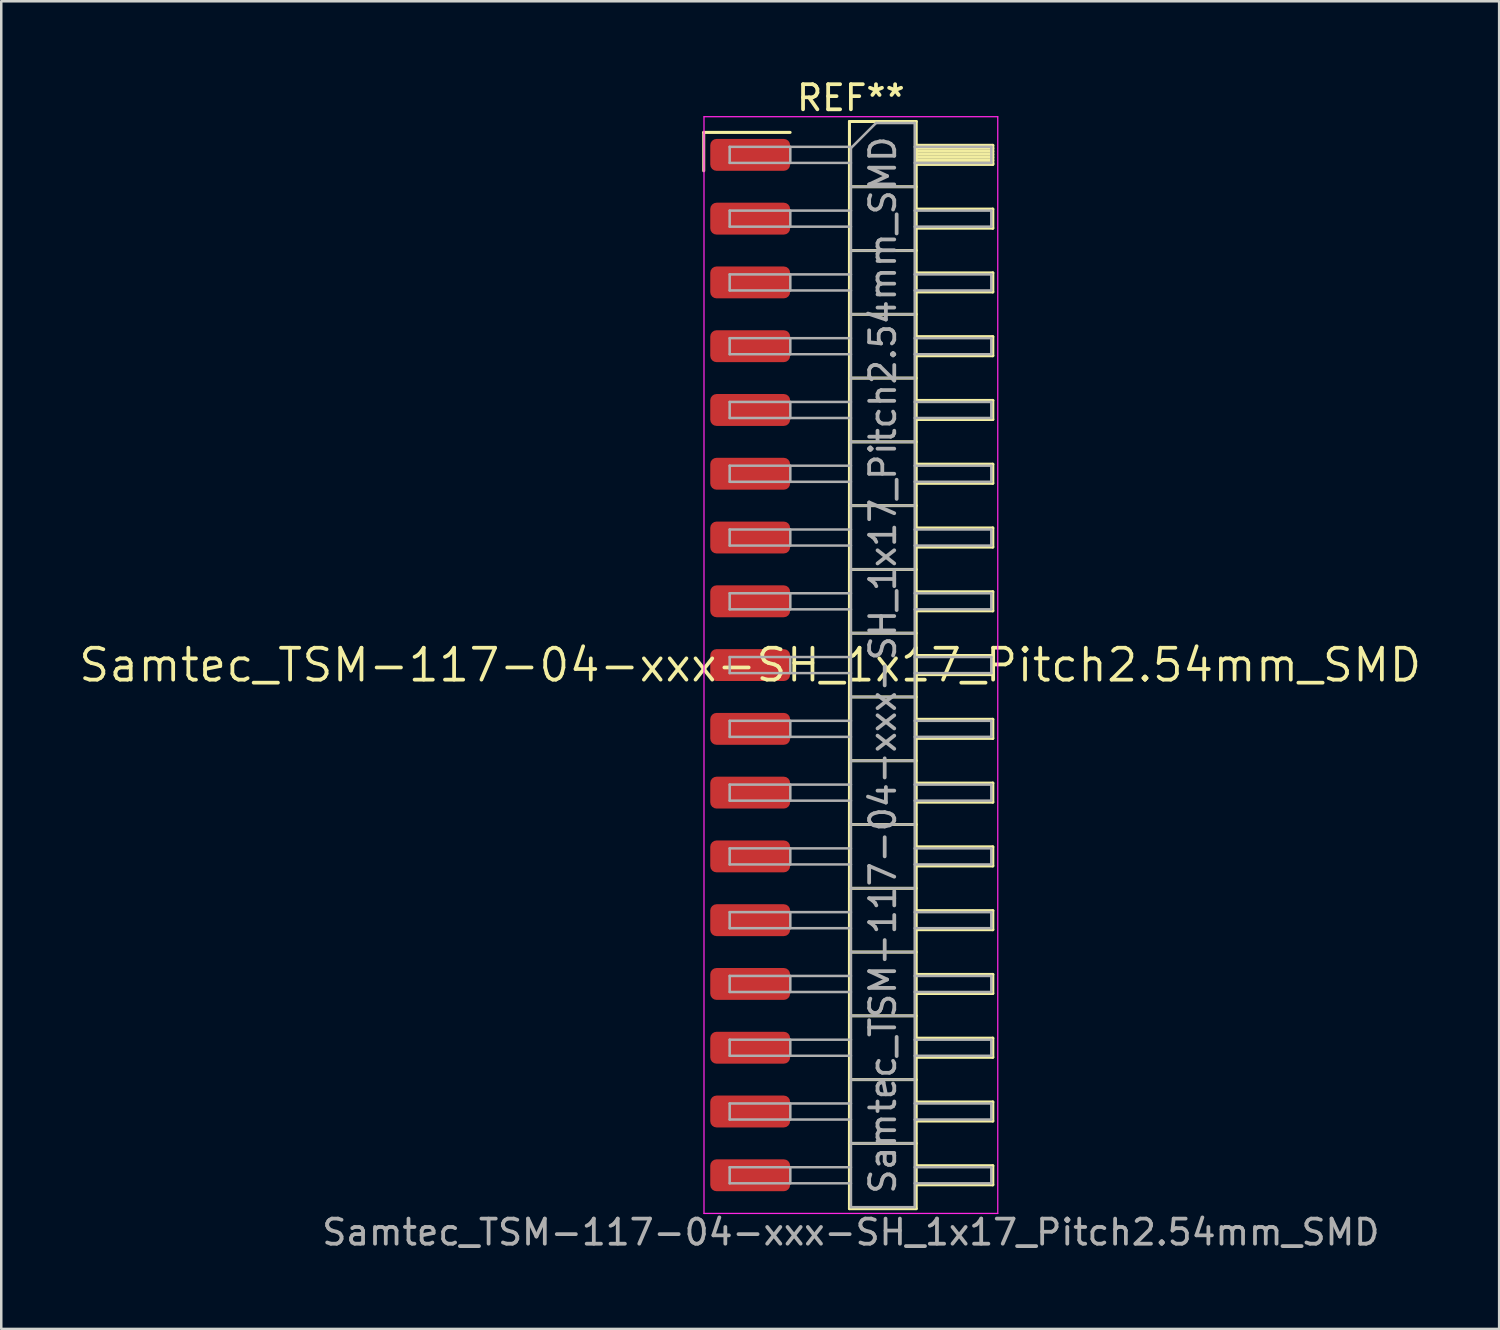
<source format=kicad_pcb>
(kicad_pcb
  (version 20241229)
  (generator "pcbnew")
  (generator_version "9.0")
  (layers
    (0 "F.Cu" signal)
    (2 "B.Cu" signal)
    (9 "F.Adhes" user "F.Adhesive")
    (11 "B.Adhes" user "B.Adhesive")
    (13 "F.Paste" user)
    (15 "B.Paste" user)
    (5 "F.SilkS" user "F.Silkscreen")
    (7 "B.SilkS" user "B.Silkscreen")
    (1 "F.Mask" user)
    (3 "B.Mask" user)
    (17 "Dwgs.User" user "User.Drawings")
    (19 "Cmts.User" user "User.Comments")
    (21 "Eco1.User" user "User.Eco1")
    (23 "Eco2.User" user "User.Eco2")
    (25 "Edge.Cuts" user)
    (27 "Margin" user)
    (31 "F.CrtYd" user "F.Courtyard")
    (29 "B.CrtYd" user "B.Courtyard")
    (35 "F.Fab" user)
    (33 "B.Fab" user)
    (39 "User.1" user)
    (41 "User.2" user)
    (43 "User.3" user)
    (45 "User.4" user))
  (footprint "Samtec_TSM-117-04-xxx-SH_1x17_Pitch2.54mm_SMD"
    (layer "F.Cu")
    (at 26.828 23.438)
    (property "Reference" "Samtec_TSM-117-04-xxx-SH_1x17_Pitch2.54mm_SMD" (at 0 0 0) (layer "F.SilkS") (effects (font (size 1.27 1.27) (thickness 0.15))))
    (attr smd)
    (fp_line (start -1.85 -21.215) (end 1.59 -21.215) (stroke (width 0.12) (type solid)) (layer "F.SilkS"))
    (fp_line (start -1.85 -19.685) (end -1.85 -21.215) (stroke (width 0.12) (type solid)) (layer "F.SilkS"))
    (fp_line (start 3.953 -21.65) (end 6.613 -21.65) (stroke (width 0.12) (type solid)) (layer "F.SilkS"))
    (fp_line (start 3.953 -19.05) (end 6.613 -19.05) (stroke (width 0.12) (type solid)) (layer "F.SilkS"))
    (fp_line (start 3.953 -16.51) (end 6.613 -16.51) (stroke (width 0.12) (type solid)) (layer "F.SilkS"))
    (fp_line (start 3.953 -13.97) (end 6.613 -13.97) (stroke (width 0.12) (type solid)) (layer "F.SilkS"))
    (fp_line (start 3.953 -11.43) (end 6.613 -11.43) (stroke (width 0.12) (type solid)) (layer "F.SilkS"))
    (fp_line (start 3.953 -8.89) (end 6.613 -8.89) (stroke (width 0.12) (type solid)) (layer "F.SilkS"))
    (fp_line (start 3.953 -6.35) (end 6.613 -6.35) (stroke (width 0.12) (type solid)) (layer "F.SilkS"))
    (fp_line (start 3.953 -3.81) (end 6.613 -3.81) (stroke (width 0.12) (type solid)) (layer "F.SilkS"))
    (fp_line (start 3.953 -1.27) (end 6.613 -1.27) (stroke (width 0.12) (type solid)) (layer "F.SilkS"))
    (fp_line (start 3.953 1.27) (end 6.613 1.27) (stroke (width 0.12) (type solid)) (layer "F.SilkS"))
    (fp_line (start 3.953 3.81) (end 6.613 3.81) (stroke (width 0.12) (type solid)) (layer "F.SilkS"))
    (fp_line (start 3.953 6.35) (end 6.613 6.35) (stroke (width 0.12) (type solid)) (layer "F.SilkS"))
    (fp_line (start 3.953 8.89) (end 6.613 8.89) (stroke (width 0.12) (type solid)) (layer "F.SilkS"))
    (fp_line (start 3.953 11.43) (end 6.613 11.43) (stroke (width 0.12) (type solid)) (layer "F.SilkS"))
    (fp_line (start 3.953 13.97) (end 6.613 13.97) (stroke (width 0.12) (type solid)) (layer "F.SilkS"))
    (fp_line (start 3.953 16.51) (end 6.613 16.51) (stroke (width 0.12) (type solid)) (layer "F.SilkS"))
    (fp_line (start 3.953 19.05) (end 6.613 19.05) (stroke (width 0.12) (type solid)) (layer "F.SilkS"))
    (fp_line (start 3.953 21.65) (end 3.953 -21.65) (stroke (width 0.12) (type solid)) (layer "F.SilkS"))
    (fp_line (start 6.613 -21.65) (end 6.613 21.65) (stroke (width 0.12) (type solid)) (layer "F.SilkS"))
    (fp_line (start 6.613 -20.7) (end 9.663 -20.7) (stroke (width 0.12) (type solid)) (layer "F.SilkS"))
    (fp_line (start 6.613 -20.58) (end 9.663 -20.58) (stroke (width 0.12) (type solid)) (layer "F.SilkS"))
    (fp_line (start 6.613 -20.46) (end 9.663 -20.46) (stroke (width 0.12) (type solid)) (layer "F.SilkS"))
    (fp_line (start 6.613 -20.34) (end 9.663 -20.34) (stroke (width 0.12) (type solid)) (layer "F.SilkS"))
    (fp_line (start 6.613 -20.22) (end 9.663 -20.22) (stroke (width 0.12) (type solid)) (layer "F.SilkS"))
    (fp_line (start 6.613 -20.1) (end 9.663 -20.1) (stroke (width 0.12) (type solid)) (layer "F.SilkS"))
    (fp_line (start 6.613 -19.98) (end 9.663 -19.98) (stroke (width 0.12) (type solid)) (layer "F.SilkS"))
    (fp_line (start 6.613 -19.94) (end 9.663 -19.94) (stroke (width 0.12) (type solid)) (layer "F.SilkS"))
    (fp_line (start 6.613 -18.16) (end 9.663 -18.16) (stroke (width 0.12) (type solid)) (layer "F.SilkS"))
    (fp_line (start 6.613 -17.4) (end 9.663 -17.4) (stroke (width 0.12) (type solid)) (layer "F.SilkS"))
    (fp_line (start 6.613 -15.62) (end 9.663 -15.62) (stroke (width 0.12) (type solid)) (layer "F.SilkS"))
    (fp_line (start 6.613 -14.86) (end 9.663 -14.86) (stroke (width 0.12) (type solid)) (layer "F.SilkS"))
    (fp_line (start 6.613 -13.08) (end 9.663 -13.08) (stroke (width 0.12) (type solid)) (layer "F.SilkS"))
    (fp_line (start 6.613 -12.32) (end 9.663 -12.32) (stroke (width 0.12) (type solid)) (layer "F.SilkS"))
    (fp_line (start 6.613 -10.54) (end 9.663 -10.54) (stroke (width 0.12) (type solid)) (layer "F.SilkS"))
    (fp_line (start 6.613 -9.78) (end 9.663 -9.78) (stroke (width 0.12) (type solid)) (layer "F.SilkS"))
    (fp_line (start 6.613 -8) (end 9.663 -8) (stroke (width 0.12) (type solid)) (layer "F.SilkS"))
    (fp_line (start 6.613 -7.24) (end 9.663 -7.24) (stroke (width 0.12) (type solid)) (layer "F.SilkS"))
    (fp_line (start 6.613 -5.46) (end 9.663 -5.46) (stroke (width 0.12) (type solid)) (layer "F.SilkS"))
    (fp_line (start 6.613 -4.7) (end 9.663 -4.7) (stroke (width 0.12) (type solid)) (layer "F.SilkS"))
    (fp_line (start 6.613 -2.92) (end 9.663 -2.92) (stroke (width 0.12) (type solid)) (layer "F.SilkS"))
    (fp_line (start 6.613 -2.16) (end 9.663 -2.16) (stroke (width 0.12) (type solid)) (layer "F.SilkS"))
    (fp_line (start 6.613 -0.38) (end 9.663 -0.38) (stroke (width 0.12) (type solid)) (layer "F.SilkS"))
    (fp_line (start 6.613 0.38) (end 9.663 0.38) (stroke (width 0.12) (type solid)) (layer "F.SilkS"))
    (fp_line (start 6.613 2.16) (end 9.663 2.16) (stroke (width 0.12) (type solid)) (layer "F.SilkS"))
    (fp_line (start 6.613 2.92) (end 9.663 2.92) (stroke (width 0.12) (type solid)) (layer "F.SilkS"))
    (fp_line (start 6.613 4.7) (end 9.663 4.7) (stroke (width 0.12) (type solid)) (layer "F.SilkS"))
    (fp_line (start 6.613 5.46) (end 9.663 5.46) (stroke (width 0.12) (type solid)) (layer "F.SilkS"))
    (fp_line (start 6.613 7.24) (end 9.663 7.24) (stroke (width 0.12) (type solid)) (layer "F.SilkS"))
    (fp_line (start 6.613 8) (end 9.663 8) (stroke (width 0.12) (type solid)) (layer "F.SilkS"))
    (fp_line (start 6.613 9.78) (end 9.663 9.78) (stroke (width 0.12) (type solid)) (layer "F.SilkS"))
    (fp_line (start 6.613 10.54) (end 9.663 10.54) (stroke (width 0.12) (type solid)) (layer "F.SilkS"))
    (fp_line (start 6.613 12.32) (end 9.663 12.32) (stroke (width 0.12) (type solid)) (layer "F.SilkS"))
    (fp_line (start 6.613 13.08) (end 9.663 13.08) (stroke (width 0.12) (type solid)) (layer "F.SilkS"))
    (fp_line (start 6.613 14.86) (end 9.663 14.86) (stroke (width 0.12) (type solid)) (layer "F.SilkS"))
    (fp_line (start 6.613 15.62) (end 9.663 15.62) (stroke (width 0.12) (type solid)) (layer "F.SilkS"))
    (fp_line (start 6.613 17.4) (end 9.663 17.4) (stroke (width 0.12) (type solid)) (layer "F.SilkS"))
    (fp_line (start 6.613 18.16) (end 9.663 18.16) (stroke (width 0.12) (type solid)) (layer "F.SilkS"))
    (fp_line (start 6.613 19.94) (end 9.663 19.94) (stroke (width 0.12) (type solid)) (layer "F.SilkS"))
    (fp_line (start 6.613 20.7) (end 9.663 20.7) (stroke (width 0.12) (type solid)) (layer "F.SilkS"))
    (fp_line (start 6.613 21.65) (end 3.953 21.65) (stroke (width 0.12) (type solid)) (layer "F.SilkS"))
    (fp_line (start 9.663 -20.7) (end 9.663 -19.94) (stroke (width 0.12) (type solid)) (layer "F.SilkS"))
    (fp_line (start 9.663 -18.16) (end 9.663 -17.4) (stroke (width 0.12) (type solid)) (layer "F.SilkS"))
    (fp_line (start 9.663 -15.62) (end 9.663 -14.86) (stroke (width 0.12) (type solid)) (layer "F.SilkS"))
    (fp_line (start 9.663 -13.08) (end 9.663 -12.32) (stroke (width 0.12) (type solid)) (layer "F.SilkS"))
    (fp_line (start 9.663 -10.54) (end 9.663 -9.78) (stroke (width 0.12) (type solid)) (layer "F.SilkS"))
    (fp_line (start 9.663 -8) (end 9.663 -7.24) (stroke (width 0.12) (type solid)) (layer "F.SilkS"))
    (fp_line (start 9.663 -5.46) (end 9.663 -4.7) (stroke (width 0.12) (type solid)) (layer "F.SilkS"))
    (fp_line (start 9.663 -2.92) (end 9.663 -2.16) (stroke (width 0.12) (type solid)) (layer "F.SilkS"))
    (fp_line (start 9.663 -0.38) (end 9.663 0.38) (stroke (width 0.12) (type solid)) (layer "F.SilkS"))
    (fp_line (start 9.663 2.16) (end 9.663 2.92) (stroke (width 0.12) (type solid)) (layer "F.SilkS"))
    (fp_line (start 9.663 4.7) (end 9.663 5.46) (stroke (width 0.12) (type solid)) (layer "F.SilkS"))
    (fp_line (start 9.663 7.24) (end 9.663 8) (stroke (width 0.12) (type solid)) (layer "F.SilkS"))
    (fp_line (start 9.663 9.78) (end 9.663 10.54) (stroke (width 0.12) (type solid)) (layer "F.SilkS"))
    (fp_line (start 9.663 12.32) (end 9.663 13.08) (stroke (width 0.12) (type solid)) (layer "F.SilkS"))
    (fp_line (start 9.663 14.86) (end 9.663 15.62) (stroke (width 0.12) (type solid)) (layer "F.SilkS"))
    (fp_line (start 9.663 17.4) (end 9.663 18.16) (stroke (width 0.12) (type solid)) (layer "F.SilkS"))
    (fp_line (start 9.663 19.94) (end 9.663 20.7) (stroke (width 0.12) (type solid)) (layer "F.SilkS"))
    (fp_line (start -1.84 -21.84) (end 9.86 -21.84) (stroke (width 0.05) (type solid)) (layer "F.CrtYd"))
    (fp_line (start -1.84 21.84) (end -1.84 -21.84) (stroke (width 0.05) (type solid)) (layer "F.CrtYd"))
    (fp_line (start 9.86 -21.84) (end 9.86 21.84) (stroke (width 0.05) (type solid)) (layer "F.CrtYd"))
    (fp_line (start 9.86 21.84) (end -1.84 21.84) (stroke (width 0.05) (type solid)) (layer "F.CrtYd"))
    (fp_line (start -0.817 -20.64) (end -0.817 -20) (stroke (width 0.1) (type solid)) (layer "F.Fab"))
    (fp_line (start -0.817 -20.64) (end 4.013 -20.64) (stroke (width 0.1) (type solid)) (layer "F.Fab"))
    (fp_line (start -0.817 -20) (end 4.013 -20) (stroke (width 0.1) (type solid)) (layer "F.Fab"))
    (fp_line (start -0.817 -18.1) (end -0.817 -17.46) (stroke (width 0.1) (type solid)) (layer "F.Fab"))
    (fp_line (start -0.817 -18.1) (end 4.013 -18.1) (stroke (width 0.1) (type solid)) (layer "F.Fab"))
    (fp_line (start -0.817 -17.46) (end 4.013 -17.46) (stroke (width 0.1) (type solid)) (layer "F.Fab"))
    (fp_line (start -0.817 -15.56) (end -0.817 -14.92) (stroke (width 0.1) (type solid)) (layer "F.Fab"))
    (fp_line (start -0.817 -15.56) (end 4.013 -15.56) (stroke (width 0.1) (type solid)) (layer "F.Fab"))
    (fp_line (start -0.817 -14.92) (end 4.013 -14.92) (stroke (width 0.1) (type solid)) (layer "F.Fab"))
    (fp_line (start -0.817 -13.02) (end -0.817 -12.38) (stroke (width 0.1) (type solid)) (layer "F.Fab"))
    (fp_line (start -0.817 -13.02) (end 4.013 -13.02) (stroke (width 0.1) (type solid)) (layer "F.Fab"))
    (fp_line (start -0.817 -12.38) (end 4.013 -12.38) (stroke (width 0.1) (type solid)) (layer "F.Fab"))
    (fp_line (start -0.817 -10.48) (end -0.817 -9.84) (stroke (width 0.1) (type solid)) (layer "F.Fab"))
    (fp_line (start -0.817 -10.48) (end 4.013 -10.48) (stroke (width 0.1) (type solid)) (layer "F.Fab"))
    (fp_line (start -0.817 -9.84) (end 4.013 -9.84) (stroke (width 0.1) (type solid)) (layer "F.Fab"))
    (fp_line (start -0.817 -7.94) (end -0.817 -7.3) (stroke (width 0.1) (type solid)) (layer "F.Fab"))
    (fp_line (start -0.817 -7.94) (end 4.013 -7.94) (stroke (width 0.1) (type solid)) (layer "F.Fab"))
    (fp_line (start -0.817 -7.3) (end 4.013 -7.3) (stroke (width 0.1) (type solid)) (layer "F.Fab"))
    (fp_line (start -0.817 -5.4) (end -0.817 -4.76) (stroke (width 0.1) (type solid)) (layer "F.Fab"))
    (fp_line (start -0.817 -5.4) (end 4.013 -5.4) (stroke (width 0.1) (type solid)) (layer "F.Fab"))
    (fp_line (start -0.817 -4.76) (end 4.013 -4.76) (stroke (width 0.1) (type solid)) (layer "F.Fab"))
    (fp_line (start -0.817 -2.86) (end -0.817 -2.22) (stroke (width 0.1) (type solid)) (layer "F.Fab"))
    (fp_line (start -0.817 -2.86) (end 4.013 -2.86) (stroke (width 0.1) (type solid)) (layer "F.Fab"))
    (fp_line (start -0.817 -2.22) (end 4.013 -2.22) (stroke (width 0.1) (type solid)) (layer "F.Fab"))
    (fp_line (start -0.817 -0.32) (end -0.817 0.32) (stroke (width 0.1) (type solid)) (layer "F.Fab"))
    (fp_line (start -0.817 -0.32) (end 4.013 -0.32) (stroke (width 0.1) (type solid)) (layer "F.Fab"))
    (fp_line (start -0.817 0.32) (end 4.013 0.32) (stroke (width 0.1) (type solid)) (layer "F.Fab"))
    (fp_line (start -0.817 2.22) (end -0.817 2.86) (stroke (width 0.1) (type solid)) (layer "F.Fab"))
    (fp_line (start -0.817 2.22) (end 4.013 2.22) (stroke (width 0.1) (type solid)) (layer "F.Fab"))
    (fp_line (start -0.817 2.86) (end 4.013 2.86) (stroke (width 0.1) (type solid)) (layer "F.Fab"))
    (fp_line (start -0.817 4.76) (end -0.817 5.4) (stroke (width 0.1) (type solid)) (layer "F.Fab"))
    (fp_line (start -0.817 4.76) (end 4.013 4.76) (stroke (width 0.1) (type solid)) (layer "F.Fab"))
    (fp_line (start -0.817 5.4) (end 4.013 5.4) (stroke (width 0.1) (type solid)) (layer "F.Fab"))
    (fp_line (start -0.817 7.3) (end -0.817 7.94) (stroke (width 0.1) (type solid)) (layer "F.Fab"))
    (fp_line (start -0.817 7.3) (end 4.013 7.3) (stroke (width 0.1) (type solid)) (layer "F.Fab"))
    (fp_line (start -0.817 7.94) (end 4.013 7.94) (stroke (width 0.1) (type solid)) (layer "F.Fab"))
    (fp_line (start -0.817 9.84) (end -0.817 10.48) (stroke (width 0.1) (type solid)) (layer "F.Fab"))
    (fp_line (start -0.817 9.84) (end 4.013 9.84) (stroke (width 0.1) (type solid)) (layer "F.Fab"))
    (fp_line (start -0.817 10.48) (end 4.013 10.48) (stroke (width 0.1) (type solid)) (layer "F.Fab"))
    (fp_line (start -0.817 12.38) (end -0.817 13.02) (stroke (width 0.1) (type solid)) (layer "F.Fab"))
    (fp_line (start -0.817 12.38) (end 4.013 12.38) (stroke (width 0.1) (type solid)) (layer "F.Fab"))
    (fp_line (start -0.817 13.02) (end 4.013 13.02) (stroke (width 0.1) (type solid)) (layer "F.Fab"))
    (fp_line (start -0.817 14.92) (end -0.817 15.56) (stroke (width 0.1) (type solid)) (layer "F.Fab"))
    (fp_line (start -0.817 14.92) (end 4.013 14.92) (stroke (width 0.1) (type solid)) (layer "F.Fab"))
    (fp_line (start -0.817 15.56) (end 4.013 15.56) (stroke (width 0.1) (type solid)) (layer "F.Fab"))
    (fp_line (start -0.817 17.46) (end -0.817 18.1) (stroke (width 0.1) (type solid)) (layer "F.Fab"))
    (fp_line (start -0.817 17.46) (end 4.013 17.46) (stroke (width 0.1) (type solid)) (layer "F.Fab"))
    (fp_line (start -0.817 18.1) (end 4.013 18.1) (stroke (width 0.1) (type solid)) (layer "F.Fab"))
    (fp_line (start -0.817 20) (end -0.817 20.64) (stroke (width 0.1) (type solid)) (layer "F.Fab"))
    (fp_line (start -0.817 20) (end 4.013 20) (stroke (width 0.1) (type solid)) (layer "F.Fab"))
    (fp_line (start -0.817 20.64) (end 4.013 20.64) (stroke (width 0.1) (type solid)) (layer "F.Fab"))
    (fp_line (start 1.598 -20.64) (end 1.598 -20) (stroke (width 0.1) (type solid)) (layer "F.Fab"))
    (fp_line (start 1.598 -18.1) (end 1.598 -17.46) (stroke (width 0.1) (type solid)) (layer "F.Fab"))
    (fp_line (start 1.598 -15.56) (end 1.598 -14.92) (stroke (width 0.1) (type solid)) (layer "F.Fab"))
    (fp_line (start 1.598 -13.02) (end 1.598 -12.38) (stroke (width 0.1) (type solid)) (layer "F.Fab"))
    (fp_line (start 1.598 -10.48) (end 1.598 -9.84) (stroke (width 0.1) (type solid)) (layer "F.Fab"))
    (fp_line (start 1.598 -7.94) (end 1.598 -7.3) (stroke (width 0.1) (type solid)) (layer "F.Fab"))
    (fp_line (start 1.598 -5.4) (end 1.598 -4.76) (stroke (width 0.1) (type solid)) (layer "F.Fab"))
    (fp_line (start 1.598 -2.86) (end 1.598 -2.22) (stroke (width 0.1) (type solid)) (layer "F.Fab"))
    (fp_line (start 1.598 -0.32) (end 1.598 0.32) (stroke (width 0.1) (type solid)) (layer "F.Fab"))
    (fp_line (start 1.598 2.22) (end 1.598 2.86) (stroke (width 0.1) (type solid)) (layer "F.Fab"))
    (fp_line (start 1.598 4.76) (end 1.598 5.4) (stroke (width 0.1) (type solid)) (layer "F.Fab"))
    (fp_line (start 1.598 7.3) (end 1.598 7.94) (stroke (width 0.1) (type solid)) (layer "F.Fab"))
    (fp_line (start 1.598 9.84) (end 1.598 10.48) (stroke (width 0.1) (type solid)) (layer "F.Fab"))
    (fp_line (start 1.598 12.38) (end 1.598 13.02) (stroke (width 0.1) (type solid)) (layer "F.Fab"))
    (fp_line (start 1.598 14.92) (end 1.598 15.56) (stroke (width 0.1) (type solid)) (layer "F.Fab"))
    (fp_line (start 1.598 17.46) (end 1.598 18.1) (stroke (width 0.1) (type solid)) (layer "F.Fab"))
    (fp_line (start 1.598 20) (end 1.598 20.64) (stroke (width 0.1) (type solid)) (layer "F.Fab"))
    (fp_line (start 4.013 -20.59) (end 5.013 -21.59) (stroke (width 0.1) (type solid)) (layer "F.Fab"))
    (fp_line (start 4.013 -19.05) (end 6.553 -19.05) (stroke (width 0.1) (type solid)) (layer "F.Fab"))
    (fp_line (start 4.013 -16.51) (end 6.553 -16.51) (stroke (width 0.1) (type solid)) (layer "F.Fab"))
    (fp_line (start 4.013 -13.97) (end 6.553 -13.97) (stroke (width 0.1) (type solid)) (layer "F.Fab"))
    (fp_line (start 4.013 -11.43) (end 6.553 -11.43) (stroke (width 0.1) (type solid)) (layer "F.Fab"))
    (fp_line (start 4.013 -8.89) (end 6.553 -8.89) (stroke (width 0.1) (type solid)) (layer "F.Fab"))
    (fp_line (start 4.013 -6.35) (end 6.553 -6.35) (stroke (width 0.1) (type solid)) (layer "F.Fab"))
    (fp_line (start 4.013 -3.81) (end 6.553 -3.81) (stroke (width 0.1) (type solid)) (layer "F.Fab"))
    (fp_line (start 4.013 -1.27) (end 6.553 -1.27) (stroke (width 0.1) (type solid)) (layer "F.Fab"))
    (fp_line (start 4.013 1.27) (end 6.553 1.27) (stroke (width 0.1) (type solid)) (layer "F.Fab"))
    (fp_line (start 4.013 3.81) (end 6.553 3.81) (stroke (width 0.1) (type solid)) (layer "F.Fab"))
    (fp_line (start 4.013 6.35) (end 6.553 6.35) (stroke (width 0.1) (type solid)) (layer "F.Fab"))
    (fp_line (start 4.013 8.89) (end 6.553 8.89) (stroke (width 0.1) (type solid)) (layer "F.Fab"))
    (fp_line (start 4.013 11.43) (end 6.553 11.43) (stroke (width 0.1) (type solid)) (layer "F.Fab"))
    (fp_line (start 4.013 13.97) (end 6.553 13.97) (stroke (width 0.1) (type solid)) (layer "F.Fab"))
    (fp_line (start 4.013 16.51) (end 6.553 16.51) (stroke (width 0.1) (type solid)) (layer "F.Fab"))
    (fp_line (start 4.013 19.05) (end 6.553 19.05) (stroke (width 0.1) (type solid)) (layer "F.Fab"))
    (fp_line (start 4.013 21.59) (end 4.013 -20.59) (stroke (width 0.1) (type solid)) (layer "F.Fab"))
    (fp_line (start 5.013 -21.59) (end 6.553 -21.59) (stroke (width 0.1) (type solid)) (layer "F.Fab"))
    (fp_line (start 6.553 -21.59) (end 6.553 21.59) (stroke (width 0.1) (type solid)) (layer "F.Fab"))
    (fp_line (start 6.553 -20.64) (end 9.603 -20.64) (stroke (width 0.1) (type solid)) (layer "F.Fab"))
    (fp_line (start 6.553 -20) (end 9.603 -20) (stroke (width 0.1) (type solid)) (layer "F.Fab"))
    (fp_line (start 6.553 -18.1) (end 9.603 -18.1) (stroke (width 0.1) (type solid)) (layer "F.Fab"))
    (fp_line (start 6.553 -17.46) (end 9.603 -17.46) (stroke (width 0.1) (type solid)) (layer "F.Fab"))
    (fp_line (start 6.553 -15.56) (end 9.603 -15.56) (stroke (width 0.1) (type solid)) (layer "F.Fab"))
    (fp_line (start 6.553 -14.92) (end 9.603 -14.92) (stroke (width 0.1) (type solid)) (layer "F.Fab"))
    (fp_line (start 6.553 -13.02) (end 9.603 -13.02) (stroke (width 0.1) (type solid)) (layer "F.Fab"))
    (fp_line (start 6.553 -12.38) (end 9.603 -12.38) (stroke (width 0.1) (type solid)) (layer "F.Fab"))
    (fp_line (start 6.553 -10.48) (end 9.603 -10.48) (stroke (width 0.1) (type solid)) (layer "F.Fab"))
    (fp_line (start 6.553 -9.84) (end 9.603 -9.84) (stroke (width 0.1) (type solid)) (layer "F.Fab"))
    (fp_line (start 6.553 -7.94) (end 9.603 -7.94) (stroke (width 0.1) (type solid)) (layer "F.Fab"))
    (fp_line (start 6.553 -7.3) (end 9.603 -7.3) (stroke (width 0.1) (type solid)) (layer "F.Fab"))
    (fp_line (start 6.553 -5.4) (end 9.603 -5.4) (stroke (width 0.1) (type solid)) (layer "F.Fab"))
    (fp_line (start 6.553 -4.76) (end 9.603 -4.76) (stroke (width 0.1) (type solid)) (layer "F.Fab"))
    (fp_line (start 6.553 -2.86) (end 9.603 -2.86) (stroke (width 0.1) (type solid)) (layer "F.Fab"))
    (fp_line (start 6.553 -2.22) (end 9.603 -2.22) (stroke (width 0.1) (type solid)) (layer "F.Fab"))
    (fp_line (start 6.553 -0.32) (end 9.603 -0.32) (stroke (width 0.1) (type solid)) (layer "F.Fab"))
    (fp_line (start 6.553 0.32) (end 9.603 0.32) (stroke (width 0.1) (type solid)) (layer "F.Fab"))
    (fp_line (start 6.553 2.22) (end 9.603 2.22) (stroke (width 0.1) (type solid)) (layer "F.Fab"))
    (fp_line (start 6.553 2.86) (end 9.603 2.86) (stroke (width 0.1) (type solid)) (layer "F.Fab"))
    (fp_line (start 6.553 4.76) (end 9.603 4.76) (stroke (width 0.1) (type solid)) (layer "F.Fab"))
    (fp_line (start 6.553 5.4) (end 9.603 5.4) (stroke (width 0.1) (type solid)) (layer "F.Fab"))
    (fp_line (start 6.553 7.3) (end 9.603 7.3) (stroke (width 0.1) (type solid)) (layer "F.Fab"))
    (fp_line (start 6.553 7.94) (end 9.603 7.94) (stroke (width 0.1) (type solid)) (layer "F.Fab"))
    (fp_line (start 6.553 9.84) (end 9.603 9.84) (stroke (width 0.1) (type solid)) (layer "F.Fab"))
    (fp_line (start 6.553 10.48) (end 9.603 10.48) (stroke (width 0.1) (type solid)) (layer "F.Fab"))
    (fp_line (start 6.553 12.38) (end 9.603 12.38) (stroke (width 0.1) (type solid)) (layer "F.Fab"))
    (fp_line (start 6.553 13.02) (end 9.603 13.02) (stroke (width 0.1) (type solid)) (layer "F.Fab"))
    (fp_line (start 6.553 14.92) (end 9.603 14.92) (stroke (width 0.1) (type solid)) (layer "F.Fab"))
    (fp_line (start 6.553 15.56) (end 9.603 15.56) (stroke (width 0.1) (type solid)) (layer "F.Fab"))
    (fp_line (start 6.553 17.46) (end 9.603 17.46) (stroke (width 0.1) (type solid)) (layer "F.Fab"))
    (fp_line (start 6.553 18.1) (end 9.603 18.1) (stroke (width 0.1) (type solid)) (layer "F.Fab"))
    (fp_line (start 6.553 20) (end 9.603 20) (stroke (width 0.1) (type solid)) (layer "F.Fab"))
    (fp_line (start 6.553 20.64) (end 9.603 20.64) (stroke (width 0.1) (type solid)) (layer "F.Fab"))
    (fp_line (start 6.553 21.59) (end 4.013 21.59) (stroke (width 0.1) (type solid)) (layer "F.Fab"))
    (fp_line (start 9.603 -20.64) (end 9.603 -20) (stroke (width 0.1) (type solid)) (layer "F.Fab"))
    (fp_line (start 9.603 -18.1) (end 9.603 -17.46) (stroke (width 0.1) (type solid)) (layer "F.Fab"))
    (fp_line (start 9.603 -15.56) (end 9.603 -14.92) (stroke (width 0.1) (type solid)) (layer "F.Fab"))
    (fp_line (start 9.603 -13.02) (end 9.603 -12.38) (stroke (width 0.1) (type solid)) (layer "F.Fab"))
    (fp_line (start 9.603 -10.48) (end 9.603 -9.84) (stroke (width 0.1) (type solid)) (layer "F.Fab"))
    (fp_line (start 9.603 -7.94) (end 9.603 -7.3) (stroke (width 0.1) (type solid)) (layer "F.Fab"))
    (fp_line (start 9.603 -5.4) (end 9.603 -4.76) (stroke (width 0.1) (type solid)) (layer "F.Fab"))
    (fp_line (start 9.603 -2.86) (end 9.603 -2.22) (stroke (width 0.1) (type solid)) (layer "F.Fab"))
    (fp_line (start 9.603 -0.32) (end 9.603 0.32) (stroke (width 0.1) (type solid)) (layer "F.Fab"))
    (fp_line (start 9.603 2.22) (end 9.603 2.86) (stroke (width 0.1) (type solid)) (layer "F.Fab"))
    (fp_line (start 9.603 4.76) (end 9.603 5.4) (stroke (width 0.1) (type solid)) (layer "F.Fab"))
    (fp_line (start 9.603 7.3) (end 9.603 7.94) (stroke (width 0.1) (type solid)) (layer "F.Fab"))
    (fp_line (start 9.603 9.84) (end 9.603 10.48) (stroke (width 0.1) (type solid)) (layer "F.Fab"))
    (fp_line (start 9.603 12.38) (end 9.603 13.02) (stroke (width 0.1) (type solid)) (layer "F.Fab"))
    (fp_line (start 9.603 14.92) (end 9.603 15.56) (stroke (width 0.1) (type solid)) (layer "F.Fab"))
    (fp_line (start 9.603 17.46) (end 9.603 18.1) (stroke (width 0.1) (type solid)) (layer "F.Fab"))
    (fp_line (start 9.603 20) (end 9.603 20.64) (stroke (width 0.1) (type solid)) (layer "F.Fab"))
    (fp_text user "REF**" (at 4.01 -22.59 0) (layer "F.SilkS") (effects (font (size 1 1) (thickness 0.15))))
    (fp_text user "Samtec_TSM-117-04-xxx-SH_1x17_Pitch2.54mm_SMD" (at 4.01 22.59 0) (layer "F.Fab") (effects (font (size 1 1) (thickness 0.15))))
    (fp_text user "${REFERENCE}" (at 5.283 0 90) (layer "F.Fab") (effects (font (size 1 1) (thickness 0.15))))
    (pad "1" smd roundrect (at 0 -20.32) (size 3.18 1.27) (layers "F.Cu" "F.Mask" "F.Paste") (roundrect_rratio 0.197))
    (pad "2" smd roundrect (at 0 -17.78) (size 3.18 1.27) (layers "F.Cu" "F.Mask" "F.Paste") (roundrect_rratio 0.197))
    (pad "3" smd roundrect (at 0 -15.24) (size 3.18 1.27) (layers "F.Cu" "F.Mask" "F.Paste") (roundrect_rratio 0.197))
    (pad "4" smd roundrect (at 0 -12.7) (size 3.18 1.27) (layers "F.Cu" "F.Mask" "F.Paste") (roundrect_rratio 0.197))
    (pad "5" smd roundrect (at 0 -10.16) (size 3.18 1.27) (layers "F.Cu" "F.Mask" "F.Paste") (roundrect_rratio 0.197))
    (pad "6" smd roundrect (at 0 -7.62) (size 3.18 1.27) (layers "F.Cu" "F.Mask" "F.Paste") (roundrect_rratio 0.197))
    (pad "7" smd roundrect (at 0 -5.08) (size 3.18 1.27) (layers "F.Cu" "F.Mask" "F.Paste") (roundrect_rratio 0.197))
    (pad "8" smd roundrect (at 0 -2.54) (size 3.18 1.27) (layers "F.Cu" "F.Mask" "F.Paste") (roundrect_rratio 0.197))
    (pad "9" smd roundrect (at 0 0) (size 3.18 1.27) (layers "F.Cu" "F.Mask" "F.Paste") (roundrect_rratio 0.197))
    (pad "10" smd roundrect (at 0 2.54) (size 3.18 1.27) (layers "F.Cu" "F.Mask" "F.Paste") (roundrect_rratio 0.197))
    (pad "11" smd roundrect (at 0 5.08) (size 3.18 1.27) (layers "F.Cu" "F.Mask" "F.Paste") (roundrect_rratio 0.197))
    (pad "12" smd roundrect (at 0 7.62) (size 3.18 1.27) (layers "F.Cu" "F.Mask" "F.Paste") (roundrect_rratio 0.197))
    (pad "13" smd roundrect (at 0 10.16) (size 3.18 1.27) (layers "F.Cu" "F.Mask" "F.Paste") (roundrect_rratio 0.197))
    (pad "14" smd roundrect (at 0 12.7) (size 3.18 1.27) (layers "F.Cu" "F.Mask" "F.Paste") (roundrect_rratio 0.197))
    (pad "15" smd roundrect (at 0 15.24) (size 3.18 1.27) (layers "F.Cu" "F.Mask" "F.Paste") (roundrect_rratio 0.197))
    (pad "16" smd roundrect (at 0 17.78) (size 3.18 1.27) (layers "F.Cu" "F.Mask" "F.Paste") (roundrect_rratio 0.197))
    (pad "17" smd roundrect (at 0 20.32) (size 3.18 1.27) (layers "F.Cu" "F.Mask" "F.Paste") (roundrect_rratio 0.197)))
  (gr_rect
    (start -3 -3)
    (end 56.657 49.877)
    (stroke (width 0.1) (type default))
    (fill no)
    (layer "Edge.Cuts")))
</source>
